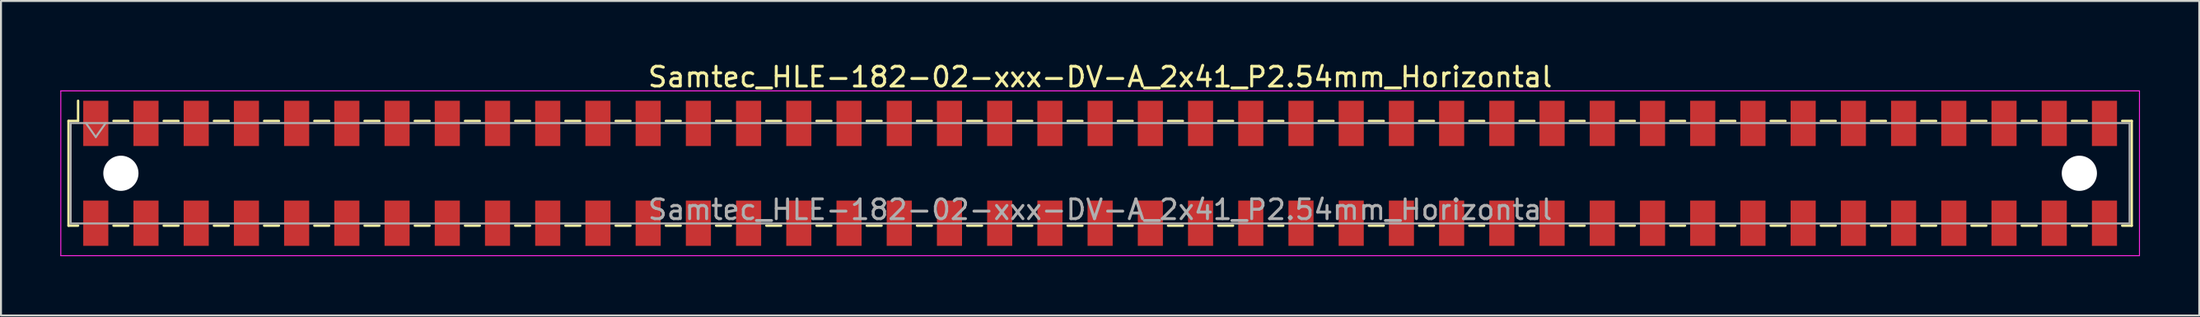
<source format=kicad_pcb>
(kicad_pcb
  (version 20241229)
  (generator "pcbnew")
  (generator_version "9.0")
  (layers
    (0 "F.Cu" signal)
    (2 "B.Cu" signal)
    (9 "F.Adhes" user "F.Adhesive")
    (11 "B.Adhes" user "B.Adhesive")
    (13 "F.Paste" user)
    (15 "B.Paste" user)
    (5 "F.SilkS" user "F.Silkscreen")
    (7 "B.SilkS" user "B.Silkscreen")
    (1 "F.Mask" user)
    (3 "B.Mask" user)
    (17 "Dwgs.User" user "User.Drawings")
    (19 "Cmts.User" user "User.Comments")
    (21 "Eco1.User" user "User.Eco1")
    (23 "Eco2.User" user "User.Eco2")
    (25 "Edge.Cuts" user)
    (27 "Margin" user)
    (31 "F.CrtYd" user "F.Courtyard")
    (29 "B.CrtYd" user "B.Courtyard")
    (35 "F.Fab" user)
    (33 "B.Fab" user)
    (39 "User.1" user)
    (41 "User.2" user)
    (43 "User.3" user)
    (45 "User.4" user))
  (footprint "Samtec_HLE-182-02-xxx-DV-A_2x41_P2.54mm_Horizontal"
    (layer "F.Cu")
    (at 52.595 5.718)
    (property "Reference" "Samtec_HLE-182-02-xxx-DV-A_2x41_P2.54mm_Horizontal" (at 0 -4.87 0) (layer "F.SilkS") (effects (font (size 1 1) (thickness 0.15))))
    (attr smd)
    (fp_line (start -52.18 -2.65) (end -52.18 2.65) (stroke (width 0.12) (type solid)) (layer "F.SilkS"))
    (fp_line (start -52.18 2.65) (end -51.695 2.65) (stroke (width 0.12) (type solid)) (layer "F.SilkS"))
    (fp_line (start -51.695 -3.67) (end -51.695 -2.65) (stroke (width 0.12) (type solid)) (layer "F.SilkS"))
    (fp_line (start -51.695 -2.65) (end -52.18 -2.65) (stroke (width 0.12) (type solid)) (layer "F.SilkS"))
    (fp_line (start -49.905 -2.65) (end -49.155 -2.65) (stroke (width 0.12) (type solid)) (layer "F.SilkS"))
    (fp_line (start -49.905 2.65) (end -49.155 2.65) (stroke (width 0.12) (type solid)) (layer "F.SilkS"))
    (fp_line (start -47.365 -2.65) (end -46.615 -2.65) (stroke (width 0.12) (type solid)) (layer "F.SilkS"))
    (fp_line (start -47.365 2.65) (end -46.615 2.65) (stroke (width 0.12) (type solid)) (layer "F.SilkS"))
    (fp_line (start -44.825 -2.65) (end -44.075 -2.65) (stroke (width 0.12) (type solid)) (layer "F.SilkS"))
    (fp_line (start -44.825 2.65) (end -44.075 2.65) (stroke (width 0.12) (type solid)) (layer "F.SilkS"))
    (fp_line (start -42.285 -2.65) (end -41.535 -2.65) (stroke (width 0.12) (type solid)) (layer "F.SilkS"))
    (fp_line (start -42.285 2.65) (end -41.535 2.65) (stroke (width 0.12) (type solid)) (layer "F.SilkS"))
    (fp_line (start -39.745 -2.65) (end -38.995 -2.65) (stroke (width 0.12) (type solid)) (layer "F.SilkS"))
    (fp_line (start -39.745 2.65) (end -38.995 2.65) (stroke (width 0.12) (type solid)) (layer "F.SilkS"))
    (fp_line (start -37.205 -2.65) (end -36.455 -2.65) (stroke (width 0.12) (type solid)) (layer "F.SilkS"))
    (fp_line (start -37.205 2.65) (end -36.455 2.65) (stroke (width 0.12) (type solid)) (layer "F.SilkS"))
    (fp_line (start -34.665 -2.65) (end -33.915 -2.65) (stroke (width 0.12) (type solid)) (layer "F.SilkS"))
    (fp_line (start -34.665 2.65) (end -33.915 2.65) (stroke (width 0.12) (type solid)) (layer "F.SilkS"))
    (fp_line (start -32.125 -2.65) (end -31.375 -2.65) (stroke (width 0.12) (type solid)) (layer "F.SilkS"))
    (fp_line (start -32.125 2.65) (end -31.375 2.65) (stroke (width 0.12) (type solid)) (layer "F.SilkS"))
    (fp_line (start -29.585 -2.65) (end -28.835 -2.65) (stroke (width 0.12) (type solid)) (layer "F.SilkS"))
    (fp_line (start -29.585 2.65) (end -28.835 2.65) (stroke (width 0.12) (type solid)) (layer "F.SilkS"))
    (fp_line (start -27.045 -2.65) (end -26.295 -2.65) (stroke (width 0.12) (type solid)) (layer "F.SilkS"))
    (fp_line (start -27.045 2.65) (end -26.295 2.65) (stroke (width 0.12) (type solid)) (layer "F.SilkS"))
    (fp_line (start -24.505 -2.65) (end -23.755 -2.65) (stroke (width 0.12) (type solid)) (layer "F.SilkS"))
    (fp_line (start -24.505 2.65) (end -23.755 2.65) (stroke (width 0.12) (type solid)) (layer "F.SilkS"))
    (fp_line (start -21.965 -2.65) (end -21.215 -2.65) (stroke (width 0.12) (type solid)) (layer "F.SilkS"))
    (fp_line (start -21.965 2.65) (end -21.215 2.65) (stroke (width 0.12) (type solid)) (layer "F.SilkS"))
    (fp_line (start -19.425 -2.65) (end -18.675 -2.65) (stroke (width 0.12) (type solid)) (layer "F.SilkS"))
    (fp_line (start -19.425 2.65) (end -18.675 2.65) (stroke (width 0.12) (type solid)) (layer "F.SilkS"))
    (fp_line (start -16.885 -2.65) (end -16.135 -2.65) (stroke (width 0.12) (type solid)) (layer "F.SilkS"))
    (fp_line (start -16.885 2.65) (end -16.135 2.65) (stroke (width 0.12) (type solid)) (layer "F.SilkS"))
    (fp_line (start -14.345 -2.65) (end -13.595 -2.65) (stroke (width 0.12) (type solid)) (layer "F.SilkS"))
    (fp_line (start -14.345 2.65) (end -13.595 2.65) (stroke (width 0.12) (type solid)) (layer "F.SilkS"))
    (fp_line (start -11.805 -2.65) (end -11.055 -2.65) (stroke (width 0.12) (type solid)) (layer "F.SilkS"))
    (fp_line (start -11.805 2.65) (end -11.055 2.65) (stroke (width 0.12) (type solid)) (layer "F.SilkS"))
    (fp_line (start -9.265 -2.65) (end -8.515 -2.65) (stroke (width 0.12) (type solid)) (layer "F.SilkS"))
    (fp_line (start -9.265 2.65) (end -8.515 2.65) (stroke (width 0.12) (type solid)) (layer "F.SilkS"))
    (fp_line (start -6.725 -2.65) (end -5.975 -2.65) (stroke (width 0.12) (type solid)) (layer "F.SilkS"))
    (fp_line (start -6.725 2.65) (end -5.975 2.65) (stroke (width 0.12) (type solid)) (layer "F.SilkS"))
    (fp_line (start -4.185 -2.65) (end -3.435 -2.65) (stroke (width 0.12) (type solid)) (layer "F.SilkS"))
    (fp_line (start -4.185 2.65) (end -3.435 2.65) (stroke (width 0.12) (type solid)) (layer "F.SilkS"))
    (fp_line (start -1.645 -2.65) (end -0.895 -2.65) (stroke (width 0.12) (type solid)) (layer "F.SilkS"))
    (fp_line (start -1.645 2.65) (end -0.895 2.65) (stroke (width 0.12) (type solid)) (layer "F.SilkS"))
    (fp_line (start 0.895 -2.65) (end 1.645 -2.65) (stroke (width 0.12) (type solid)) (layer "F.SilkS"))
    (fp_line (start 0.895 2.65) (end 1.645 2.65) (stroke (width 0.12) (type solid)) (layer "F.SilkS"))
    (fp_line (start 3.435 -2.65) (end 4.185 -2.65) (stroke (width 0.12) (type solid)) (layer "F.SilkS"))
    (fp_line (start 3.435 2.65) (end 4.185 2.65) (stroke (width 0.12) (type solid)) (layer "F.SilkS"))
    (fp_line (start 5.975 -2.65) (end 6.725 -2.65) (stroke (width 0.12) (type solid)) (layer "F.SilkS"))
    (fp_line (start 5.975 2.65) (end 6.725 2.65) (stroke (width 0.12) (type solid)) (layer "F.SilkS"))
    (fp_line (start 8.515 -2.65) (end 9.265 -2.65) (stroke (width 0.12) (type solid)) (layer "F.SilkS"))
    (fp_line (start 8.515 2.65) (end 9.265 2.65) (stroke (width 0.12) (type solid)) (layer "F.SilkS"))
    (fp_line (start 11.055 -2.65) (end 11.805 -2.65) (stroke (width 0.12) (type solid)) (layer "F.SilkS"))
    (fp_line (start 11.055 2.65) (end 11.805 2.65) (stroke (width 0.12) (type solid)) (layer "F.SilkS"))
    (fp_line (start 13.595 -2.65) (end 14.345 -2.65) (stroke (width 0.12) (type solid)) (layer "F.SilkS"))
    (fp_line (start 13.595 2.65) (end 14.345 2.65) (stroke (width 0.12) (type solid)) (layer "F.SilkS"))
    (fp_line (start 16.135 -2.65) (end 16.885 -2.65) (stroke (width 0.12) (type solid)) (layer "F.SilkS"))
    (fp_line (start 16.135 2.65) (end 16.885 2.65) (stroke (width 0.12) (type solid)) (layer "F.SilkS"))
    (fp_line (start 18.675 -2.65) (end 19.425 -2.65) (stroke (width 0.12) (type solid)) (layer "F.SilkS"))
    (fp_line (start 18.675 2.65) (end 19.425 2.65) (stroke (width 0.12) (type solid)) (layer "F.SilkS"))
    (fp_line (start 21.215 -2.65) (end 21.965 -2.65) (stroke (width 0.12) (type solid)) (layer "F.SilkS"))
    (fp_line (start 21.215 2.65) (end 21.965 2.65) (stroke (width 0.12) (type solid)) (layer "F.SilkS"))
    (fp_line (start 23.755 -2.65) (end 24.505 -2.65) (stroke (width 0.12) (type solid)) (layer "F.SilkS"))
    (fp_line (start 23.755 2.65) (end 24.505 2.65) (stroke (width 0.12) (type solid)) (layer "F.SilkS"))
    (fp_line (start 26.295 -2.65) (end 27.045 -2.65) (stroke (width 0.12) (type solid)) (layer "F.SilkS"))
    (fp_line (start 26.295 2.65) (end 27.045 2.65) (stroke (width 0.12) (type solid)) (layer "F.SilkS"))
    (fp_line (start 28.835 -2.65) (end 29.585 -2.65) (stroke (width 0.12) (type solid)) (layer "F.SilkS"))
    (fp_line (start 28.835 2.65) (end 29.585 2.65) (stroke (width 0.12) (type solid)) (layer "F.SilkS"))
    (fp_line (start 31.375 -2.65) (end 32.125 -2.65) (stroke (width 0.12) (type solid)) (layer "F.SilkS"))
    (fp_line (start 31.375 2.65) (end 32.125 2.65) (stroke (width 0.12) (type solid)) (layer "F.SilkS"))
    (fp_line (start 33.915 -2.65) (end 34.665 -2.65) (stroke (width 0.12) (type solid)) (layer "F.SilkS"))
    (fp_line (start 33.915 2.65) (end 34.665 2.65) (stroke (width 0.12) (type solid)) (layer "F.SilkS"))
    (fp_line (start 36.455 -2.65) (end 37.205 -2.65) (stroke (width 0.12) (type solid)) (layer "F.SilkS"))
    (fp_line (start 36.455 2.65) (end 37.205 2.65) (stroke (width 0.12) (type solid)) (layer "F.SilkS"))
    (fp_line (start 38.995 -2.65) (end 39.745 -2.65) (stroke (width 0.12) (type solid)) (layer "F.SilkS"))
    (fp_line (start 38.995 2.65) (end 39.745 2.65) (stroke (width 0.12) (type solid)) (layer "F.SilkS"))
    (fp_line (start 41.535 -2.65) (end 42.285 -2.65) (stroke (width 0.12) (type solid)) (layer "F.SilkS"))
    (fp_line (start 41.535 2.65) (end 42.285 2.65) (stroke (width 0.12) (type solid)) (layer "F.SilkS"))
    (fp_line (start 44.075 -2.65) (end 44.825 -2.65) (stroke (width 0.12) (type solid)) (layer "F.SilkS"))
    (fp_line (start 44.075 2.65) (end 44.825 2.65) (stroke (width 0.12) (type solid)) (layer "F.SilkS"))
    (fp_line (start 46.615 -2.65) (end 47.365 -2.65) (stroke (width 0.12) (type solid)) (layer "F.SilkS"))
    (fp_line (start 46.615 2.65) (end 47.365 2.65) (stroke (width 0.12) (type solid)) (layer "F.SilkS"))
    (fp_line (start 49.155 -2.65) (end 49.905 -2.65) (stroke (width 0.12) (type solid)) (layer "F.SilkS"))
    (fp_line (start 49.155 2.65) (end 49.905 2.65) (stroke (width 0.12) (type solid)) (layer "F.SilkS"))
    (fp_line (start 51.695 -2.65) (end 52.18 -2.65) (stroke (width 0.12) (type solid)) (layer "F.SilkS"))
    (fp_line (start 52.18 -2.65) (end 52.18 2.65) (stroke (width 0.12) (type solid)) (layer "F.SilkS"))
    (fp_line (start 52.18 2.65) (end 51.695 2.65) (stroke (width 0.12) (type solid)) (layer "F.SilkS"))
    (fp_line (start -52.57 -4.17) (end 52.57 -4.17) (stroke (width 0.05) (type solid)) (layer "F.CrtYd"))
    (fp_line (start -52.57 4.17) (end -52.57 -4.17) (stroke (width 0.05) (type solid)) (layer "F.CrtYd"))
    (fp_line (start 52.57 -4.17) (end 52.57 4.17) (stroke (width 0.05) (type solid)) (layer "F.CrtYd"))
    (fp_line (start 52.57 4.17) (end -52.57 4.17) (stroke (width 0.05) (type solid)) (layer "F.CrtYd"))
    (fp_line (start -52.07 -2.54) (end 52.07 -2.54) (stroke (width 0.1) (type solid)) (layer "F.Fab"))
    (fp_line (start -52.07 2.54) (end -52.07 -2.54) (stroke (width 0.1) (type solid)) (layer "F.Fab"))
    (fp_line (start -51.3 -2.54) (end -50.8 -1.833) (stroke (width 0.1) (type solid)) (layer "F.Fab"))
    (fp_line (start -50.8 -1.833) (end -50.3 -2.54) (stroke (width 0.1) (type solid)) (layer "F.Fab"))
    (fp_line (start 52.07 -2.54) (end 52.07 2.54) (stroke (width 0.1) (type solid)) (layer "F.Fab"))
    (fp_line (start 52.07 2.54) (end -52.07 2.54) (stroke (width 0.1) (type solid)) (layer "F.Fab"))
    (fp_text user "${REFERENCE}" (at 0 1.84 0) (layer "F.Fab") (effects (font (size 1 1) (thickness 0.15))))
    (pad "" np_thru_hole circle (at -49.53 0) (size 1.78 1.78) (drill 1.78) (layers "*.Cu" "*.Mask"))
    (pad "" np_thru_hole circle (at 49.53 0) (size 1.78 1.78) (drill 1.78) (layers "*.Cu" "*.Mask"))
    (pad "1" smd rect (at -50.8 -2.525) (size 1.27 2.29) (layers "F.Cu" "F.Mask" "F.Paste"))
    (pad "2" smd rect (at -50.8 2.525) (size 1.27 2.29) (layers "F.Cu" "F.Mask" "F.Paste"))
    (pad "3" smd rect (at -48.26 -2.525) (size 1.27 2.29) (layers "F.Cu" "F.Mask" "F.Paste"))
    (pad "4" smd rect (at -48.26 2.525) (size 1.27 2.29) (layers "F.Cu" "F.Mask" "F.Paste"))
    (pad "5" smd rect (at -45.72 -2.525) (size 1.27 2.29) (layers "F.Cu" "F.Mask" "F.Paste"))
    (pad "6" smd rect (at -45.72 2.525) (size 1.27 2.29) (layers "F.Cu" "F.Mask" "F.Paste"))
    (pad "7" smd rect (at -43.18 -2.525) (size 1.27 2.29) (layers "F.Cu" "F.Mask" "F.Paste"))
    (pad "8" smd rect (at -43.18 2.525) (size 1.27 2.29) (layers "F.Cu" "F.Mask" "F.Paste"))
    (pad "9" smd rect (at -40.64 -2.525) (size 1.27 2.29) (layers "F.Cu" "F.Mask" "F.Paste"))
    (pad "10" smd rect (at -40.64 2.525) (size 1.27 2.29) (layers "F.Cu" "F.Mask" "F.Paste"))
    (pad "11" smd rect (at -38.1 -2.525) (size 1.27 2.29) (layers "F.Cu" "F.Mask" "F.Paste"))
    (pad "12" smd rect (at -38.1 2.525) (size 1.27 2.29) (layers "F.Cu" "F.Mask" "F.Paste"))
    (pad "13" smd rect (at -35.56 -2.525) (size 1.27 2.29) (layers "F.Cu" "F.Mask" "F.Paste"))
    (pad "14" smd rect (at -35.56 2.525) (size 1.27 2.29) (layers "F.Cu" "F.Mask" "F.Paste"))
    (pad "15" smd rect (at -33.02 -2.525) (size 1.27 2.29) (layers "F.Cu" "F.Mask" "F.Paste"))
    (pad "16" smd rect (at -33.02 2.525) (size 1.27 2.29) (layers "F.Cu" "F.Mask" "F.Paste"))
    (pad "17" smd rect (at -30.48 -2.525) (size 1.27 2.29) (layers "F.Cu" "F.Mask" "F.Paste"))
    (pad "18" smd rect (at -30.48 2.525) (size 1.27 2.29) (layers "F.Cu" "F.Mask" "F.Paste"))
    (pad "19" smd rect (at -27.94 -2.525) (size 1.27 2.29) (layers "F.Cu" "F.Mask" "F.Paste"))
    (pad "20" smd rect (at -27.94 2.525) (size 1.27 2.29) (layers "F.Cu" "F.Mask" "F.Paste"))
    (pad "21" smd rect (at -25.4 -2.525) (size 1.27 2.29) (layers "F.Cu" "F.Mask" "F.Paste"))
    (pad "22" smd rect (at -25.4 2.525) (size 1.27 2.29) (layers "F.Cu" "F.Mask" "F.Paste"))
    (pad "23" smd rect (at -22.86 -2.525) (size 1.27 2.29) (layers "F.Cu" "F.Mask" "F.Paste"))
    (pad "24" smd rect (at -22.86 2.525) (size 1.27 2.29) (layers "F.Cu" "F.Mask" "F.Paste"))
    (pad "25" smd rect (at -20.32 -2.525) (size 1.27 2.29) (layers "F.Cu" "F.Mask" "F.Paste"))
    (pad "26" smd rect (at -20.32 2.525) (size 1.27 2.29) (layers "F.Cu" "F.Mask" "F.Paste"))
    (pad "27" smd rect (at -17.78 -2.525) (size 1.27 2.29) (layers "F.Cu" "F.Mask" "F.Paste"))
    (pad "28" smd rect (at -17.78 2.525) (size 1.27 2.29) (layers "F.Cu" "F.Mask" "F.Paste"))
    (pad "29" smd rect (at -15.24 -2.525) (size 1.27 2.29) (layers "F.Cu" "F.Mask" "F.Paste"))
    (pad "30" smd rect (at -15.24 2.525) (size 1.27 2.29) (layers "F.Cu" "F.Mask" "F.Paste"))
    (pad "31" smd rect (at -12.7 -2.525) (size 1.27 2.29) (layers "F.Cu" "F.Mask" "F.Paste"))
    (pad "32" smd rect (at -12.7 2.525) (size 1.27 2.29) (layers "F.Cu" "F.Mask" "F.Paste"))
    (pad "33" smd rect (at -10.16 -2.525) (size 1.27 2.29) (layers "F.Cu" "F.Mask" "F.Paste"))
    (pad "34" smd rect (at -10.16 2.525) (size 1.27 2.29) (layers "F.Cu" "F.Mask" "F.Paste"))
    (pad "35" smd rect (at -7.62 -2.525) (size 1.27 2.29) (layers "F.Cu" "F.Mask" "F.Paste"))
    (pad "36" smd rect (at -7.62 2.525) (size 1.27 2.29) (layers "F.Cu" "F.Mask" "F.Paste"))
    (pad "37" smd rect (at -5.08 -2.525) (size 1.27 2.29) (layers "F.Cu" "F.Mask" "F.Paste"))
    (pad "38" smd rect (at -5.08 2.525) (size 1.27 2.29) (layers "F.Cu" "F.Mask" "F.Paste"))
    (pad "39" smd rect (at -2.54 -2.525) (size 1.27 2.29) (layers "F.Cu" "F.Mask" "F.Paste"))
    (pad "40" smd rect (at -2.54 2.525) (size 1.27 2.29) (layers "F.Cu" "F.Mask" "F.Paste"))
    (pad "41" smd rect (at 0 -2.525) (size 1.27 2.29) (layers "F.Cu" "F.Mask" "F.Paste"))
    (pad "42" smd rect (at 0 2.525) (size 1.27 2.29) (layers "F.Cu" "F.Mask" "F.Paste"))
    (pad "43" smd rect (at 2.54 -2.525) (size 1.27 2.29) (layers "F.Cu" "F.Mask" "F.Paste"))
    (pad "44" smd rect (at 2.54 2.525) (size 1.27 2.29) (layers "F.Cu" "F.Mask" "F.Paste"))
    (pad "45" smd rect (at 5.08 -2.525) (size 1.27 2.29) (layers "F.Cu" "F.Mask" "F.Paste"))
    (pad "46" smd rect (at 5.08 2.525) (size 1.27 2.29) (layers "F.Cu" "F.Mask" "F.Paste"))
    (pad "47" smd rect (at 7.62 -2.525) (size 1.27 2.29) (layers "F.Cu" "F.Mask" "F.Paste"))
    (pad "48" smd rect (at 7.62 2.525) (size 1.27 2.29) (layers "F.Cu" "F.Mask" "F.Paste"))
    (pad "49" smd rect (at 10.16 -2.525) (size 1.27 2.29) (layers "F.Cu" "F.Mask" "F.Paste"))
    (pad "50" smd rect (at 10.16 2.525) (size 1.27 2.29) (layers "F.Cu" "F.Mask" "F.Paste"))
    (pad "51" smd rect (at 12.7 -2.525) (size 1.27 2.29) (layers "F.Cu" "F.Mask" "F.Paste"))
    (pad "52" smd rect (at 12.7 2.525) (size 1.27 2.29) (layers "F.Cu" "F.Mask" "F.Paste"))
    (pad "53" smd rect (at 15.24 -2.525) (size 1.27 2.29) (layers "F.Cu" "F.Mask" "F.Paste"))
    (pad "54" smd rect (at 15.24 2.525) (size 1.27 2.29) (layers "F.Cu" "F.Mask" "F.Paste"))
    (pad "55" smd rect (at 17.78 -2.525) (size 1.27 2.29) (layers "F.Cu" "F.Mask" "F.Paste"))
    (pad "56" smd rect (at 17.78 2.525) (size 1.27 2.29) (layers "F.Cu" "F.Mask" "F.Paste"))
    (pad "57" smd rect (at 20.32 -2.525) (size 1.27 2.29) (layers "F.Cu" "F.Mask" "F.Paste"))
    (pad "58" smd rect (at 20.32 2.525) (size 1.27 2.29) (layers "F.Cu" "F.Mask" "F.Paste"))
    (pad "59" smd rect (at 22.86 -2.525) (size 1.27 2.29) (layers "F.Cu" "F.Mask" "F.Paste"))
    (pad "60" smd rect (at 22.86 2.525) (size 1.27 2.29) (layers "F.Cu" "F.Mask" "F.Paste"))
    (pad "61" smd rect (at 25.4 -2.525) (size 1.27 2.29) (layers "F.Cu" "F.Mask" "F.Paste"))
    (pad "62" smd rect (at 25.4 2.525) (size 1.27 2.29) (layers "F.Cu" "F.Mask" "F.Paste"))
    (pad "63" smd rect (at 27.94 -2.525) (size 1.27 2.29) (layers "F.Cu" "F.Mask" "F.Paste"))
    (pad "64" smd rect (at 27.94 2.525) (size 1.27 2.29) (layers "F.Cu" "F.Mask" "F.Paste"))
    (pad "65" smd rect (at 30.48 -2.525) (size 1.27 2.29) (layers "F.Cu" "F.Mask" "F.Paste"))
    (pad "66" smd rect (at 30.48 2.525) (size 1.27 2.29) (layers "F.Cu" "F.Mask" "F.Paste"))
    (pad "67" smd rect (at 33.02 -2.525) (size 1.27 2.29) (layers "F.Cu" "F.Mask" "F.Paste"))
    (pad "68" smd rect (at 33.02 2.525) (size 1.27 2.29) (layers "F.Cu" "F.Mask" "F.Paste"))
    (pad "69" smd rect (at 35.56 -2.525) (size 1.27 2.29) (layers "F.Cu" "F.Mask" "F.Paste"))
    (pad "70" smd rect (at 35.56 2.525) (size 1.27 2.29) (layers "F.Cu" "F.Mask" "F.Paste"))
    (pad "71" smd rect (at 38.1 -2.525) (size 1.27 2.29) (layers "F.Cu" "F.Mask" "F.Paste"))
    (pad "72" smd rect (at 38.1 2.525) (size 1.27 2.29) (layers "F.Cu" "F.Mask" "F.Paste"))
    (pad "73" smd rect (at 40.64 -2.525) (size 1.27 2.29) (layers "F.Cu" "F.Mask" "F.Paste"))
    (pad "74" smd rect (at 40.64 2.525) (size 1.27 2.29) (layers "F.Cu" "F.Mask" "F.Paste"))
    (pad "75" smd rect (at 43.18 -2.525) (size 1.27 2.29) (layers "F.Cu" "F.Mask" "F.Paste"))
    (pad "76" smd rect (at 43.18 2.525) (size 1.27 2.29) (layers "F.Cu" "F.Mask" "F.Paste"))
    (pad "77" smd rect (at 45.72 -2.525) (size 1.27 2.29) (layers "F.Cu" "F.Mask" "F.Paste"))
    (pad "78" smd rect (at 45.72 2.525) (size 1.27 2.29) (layers "F.Cu" "F.Mask" "F.Paste"))
    (pad "79" smd rect (at 48.26 -2.525) (size 1.27 2.29) (layers "F.Cu" "F.Mask" "F.Paste"))
    (pad "80" smd rect (at 48.26 2.525) (size 1.27 2.29) (layers "F.Cu" "F.Mask" "F.Paste"))
    (pad "81" smd rect (at 50.8 -2.525) (size 1.27 2.29) (layers "F.Cu" "F.Mask" "F.Paste"))
    (pad "82" smd rect (at 50.8 2.525) (size 1.27 2.29) (layers "F.Cu" "F.Mask" "F.Paste")))
  (gr_rect
    (start -3 -3)
    (end 108.19 12.913)
    (stroke (width 0.1) (type default))
    (fill no)
    (layer "Edge.Cuts")))
</source>
